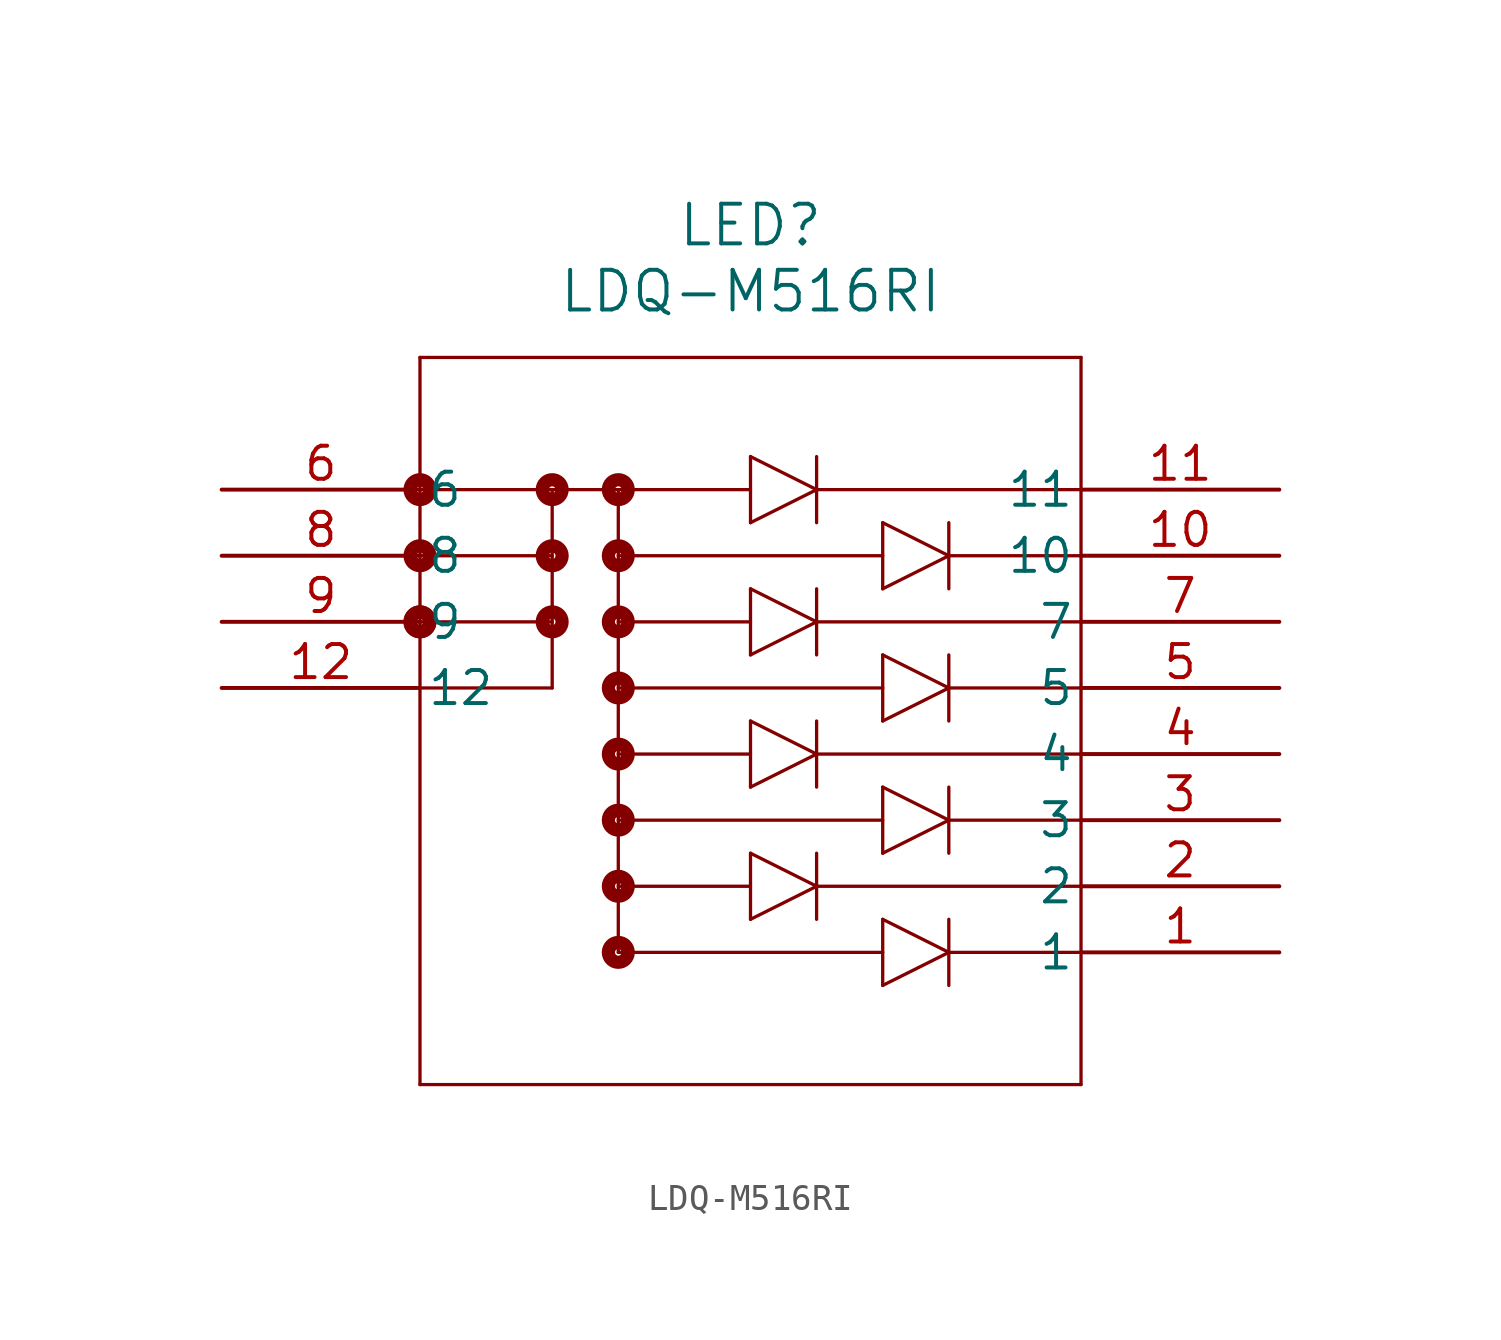
<source format=kicad_sym>
(kicad_symbol_lib
  (version 20211014)
  (generator kicad_symbol_editor)
  (symbol "LDQ-M516RI"
    (pin_names
      (offset 0.254))
    (property "Reference" "LED"
      (at 20.32 10.16 0)
      (effects (font (size 1.524 1.524))))
    (property "Value" "LDQ-M516RI"
      (at 20.32 7.62 0)
      (effects (font (size 1.524 1.524))))
    (symbol "LDQ-M516RI_0_1"
      (polyline (pts (xy 7.62 5.08) (xy 7.62 -22.86)) (stroke (width 0.127) (type default) (color 0 0 0 0)) (fill (type none)))
      (polyline (pts (xy 7.62 -22.86) (xy 33.02 -22.86)) (stroke (width 0.127) (type default) (color 0 0 0 0)) (fill (type none)))
      (polyline (pts (xy 33.02 -22.86) (xy 33.02 5.08)) (stroke (width 0.127) (type default) (color 0 0 0 0)) (fill (type none)))
      (polyline (pts (xy 33.02 5.08) (xy 7.62 5.08)) (stroke (width 0.127) (type default) (color 0 0 0 0)) (fill (type none)))
      (polyline (pts (xy 7.62 -7.62) (xy 12.7 -7.62)) (stroke (width 0.127) (type default) (color 0 0 0 0)) (fill (type none)))
      (polyline (pts (xy 12.7 -7.62) (xy 12.7 0)) (stroke (width 0.127) (type default) (color 0 0 0 0)) (fill (type none)))
      (polyline (pts (xy 12.7 0) (xy 15.24 0)) (stroke (width 0.127) (type default) (color 0 0 0 0)) (fill (type none)))
      (polyline (pts (xy 15.24 0) (xy 15.24 -17.78)) (stroke (width 0.127) (type default) (color 0 0 0 0)) (fill (type none)))
      (circle (center 7.62 0) (radius 0.127) (stroke (width 0.508) (type default) (color 0 0 0 0)) (fill (type none)))
      (polyline (pts (xy 7.62 0) (xy 12.7 0)) (stroke (width 0.127) (type default) (color 0 0 0 0)) (fill (type none)))
      (circle (center 12.7 0) (radius 0.127) (stroke (width 0.508) (type default) (color 0 0 0 0)) (fill (type none)))
      (circle (center 7.62 -2.54) (radius 0.127) (stroke (width 0.508) (type default) (color 0 0 0 0)) (fill (type none)))
      (polyline (pts (xy 7.62 -2.54) (xy 12.7 -2.54)) (stroke (width 0.127) (type default) (color 0 0 0 0)) (fill (type none)))
      (circle (center 12.7 -2.54) (radius 0.127) (stroke (width 0.508) (type default) (color 0 0 0 0)) (fill (type none)))
      (circle (center 7.62 -5.08) (radius 0.127) (stroke (width 0.508) (type default) (color 0 0 0 0)) (fill (type none)))
      (circle (center 12.7 -5.08) (radius 0.127) (stroke (width 0.508) (type default) (color 0 0 0 0)) (fill (type none)))
      (polyline (pts (xy 12.7 -5.08) (xy 7.62 -5.08)) (stroke (width 0.127) (type default) (color 0 0 0 0)) (fill (type none)))
      (circle (center 7.62 -5.08) (radius 0.127) (stroke (width 0.508) (type default) (color 0 0 0 0)) (fill (type none)))
      (polyline (pts (xy 15.24 -2.54) (xy 25.4 -2.54)) (stroke (width 0.127) (type default) (color 0 0 0 0)) (fill (type none)))
      (polyline (pts (xy 15.24 0) (xy 20.32 0)) (stroke (width 0.127) (type default) (color 0 0 0 0)) (fill (type none)))
      (polyline (pts (xy 25.4 -3.81) (xy 25.4 -1.27)) (stroke (width 0.127) (type default) (color 0 0 0 0)) (fill (type none)))
      (polyline (pts (xy 25.4 -1.27) (xy 27.94 -2.54)) (stroke (width 0.127) (type default) (color 0 0 0 0)) (fill (type none)))
      (polyline (pts (xy 27.94 -2.54) (xy 25.4 -3.81)) (stroke (width 0.127) (type default) (color 0 0 0 0)) (fill (type none)))
      (polyline (pts (xy 27.94 -3.81) (xy 27.94 -1.27)) (stroke (width 0.127) (type default) (color 0 0 0 0)) (fill (type none)))
      (polyline (pts (xy 20.32 -1.27) (xy 20.32 1.27)) (stroke (width 0.127) (type default) (color 0 0 0 0)) (fill (type none)))
      (polyline (pts (xy 20.32 1.27) (xy 22.86 0)) (stroke (width 0.127) (type default) (color 0 0 0 0)) (fill (type none)))
      (polyline (pts (xy 22.86 0) (xy 20.32 -1.27)) (stroke (width 0.127) (type default) (color 0 0 0 0)) (fill (type none)))
      (polyline (pts (xy 22.86 -1.27) (xy 22.86 1.27)) (stroke (width 0.127) (type default) (color 0 0 0 0)) (fill (type none)))
      (polyline (pts (xy 15.24 -7.62) (xy 25.4 -7.62)) (stroke (width 0.127) (type default) (color 0 0 0 0)) (fill (type none)))
      (polyline (pts (xy 27.94 -2.54) (xy 33.02 -2.54)) (stroke (width 0.127) (type default) (color 0 0 0 0)) (fill (type none)))
      (circle (center 15.24 0) (radius 0.127) (stroke (width 0.508) (type default) (color 0 0 0 0)) (fill (type none)))
      (polyline (pts (xy 15.24 -5.08) (xy 20.32 -5.08)) (stroke (width 0.127) (type default) (color 0 0 0 0)) (fill (type none)))
      (polyline (pts (xy 22.86 0) (xy 33.02 0)) (stroke (width 0.127) (type default) (color 0 0 0 0)) (fill (type none)))
      (circle (center 15.24 -2.54) (radius 0.127) (stroke (width 0.508) (type default) (color 0 0 0 0)) (fill (type none)))
      (polyline (pts (xy 25.4 -8.89) (xy 25.4 -6.35)) (stroke (width 0.127) (type default) (color 0 0 0 0)) (fill (type none)))
      (polyline (pts (xy 25.4 -6.35) (xy 27.94 -7.62)) (stroke (width 0.127) (type default) (color 0 0 0 0)) (fill (type none)))
      (polyline (pts (xy 27.94 -7.62) (xy 25.4 -8.89)) (stroke (width 0.127) (type default) (color 0 0 0 0)) (fill (type none)))
      (polyline (pts (xy 27.94 -8.89) (xy 27.94 -6.35)) (stroke (width 0.127) (type default) (color 0 0 0 0)) (fill (type none)))
      (polyline (pts (xy 20.32 -6.35) (xy 20.32 -3.81)) (stroke (width 0.127) (type default) (color 0 0 0 0)) (fill (type none)))
      (polyline (pts (xy 20.32 -3.81) (xy 22.86 -5.08)) (stroke (width 0.127) (type default) (color 0 0 0 0)) (fill (type none)))
      (polyline (pts (xy 22.86 -5.08) (xy 20.32 -6.35)) (stroke (width 0.127) (type default) (color 0 0 0 0)) (fill (type none)))
      (polyline (pts (xy 22.86 -6.35) (xy 22.86 -3.81)) (stroke (width 0.127) (type default) (color 0 0 0 0)) (fill (type none)))
      (polyline (pts (xy 27.94 -7.62) (xy 33.02 -7.62)) (stroke (width 0.127) (type default) (color 0 0 0 0)) (fill (type none)))
      (polyline (pts (xy 22.86 -5.08) (xy 33.02 -5.08)) (stroke (width 0.127) (type default) (color 0 0 0 0)) (fill (type none)))
      (circle (center 15.24 -5.08) (radius 0.127) (stroke (width 0.508) (type default) (color 0 0 0 0)) (fill (type none)))
      (circle (center 15.24 -7.62) (radius 0.127) (stroke (width 0.508) (type default) (color 0 0 0 0)) (fill (type none)))
      (polyline (pts (xy 15.24 -12.7) (xy 25.4 -12.7)) (stroke (width 0.127) (type default) (color 0 0 0 0)) (fill (type none)))
      (polyline (pts (xy 15.24 -10.16) (xy 20.32 -10.16)) (stroke (width 0.127) (type default) (color 0 0 0 0)) (fill (type none)))
      (polyline (pts (xy 25.4 -13.97) (xy 25.4 -11.43)) (stroke (width 0.127) (type default) (color 0 0 0 0)) (fill (type none)))
      (polyline (pts (xy 25.4 -11.43) (xy 27.94 -12.7)) (stroke (width 0.127) (type default) (color 0 0 0 0)) (fill (type none)))
      (polyline (pts (xy 27.94 -12.7) (xy 25.4 -13.97)) (stroke (width 0.127) (type default) (color 0 0 0 0)) (fill (type none)))
      (polyline (pts (xy 27.94 -13.97) (xy 27.94 -11.43)) (stroke (width 0.127) (type default) (color 0 0 0 0)) (fill (type none)))
      (polyline (pts (xy 20.32 -11.43) (xy 20.32 -8.89)) (stroke (width 0.127) (type default) (color 0 0 0 0)) (fill (type none)))
      (polyline (pts (xy 20.32 -8.89) (xy 22.86 -10.16)) (stroke (width 0.127) (type default) (color 0 0 0 0)) (fill (type none)))
      (polyline (pts (xy 22.86 -10.16) (xy 20.32 -11.43)) (stroke (width 0.127) (type default) (color 0 0 0 0)) (fill (type none)))
      (polyline (pts (xy 22.86 -11.43) (xy 22.86 -8.89)) (stroke (width 0.127) (type default) (color 0 0 0 0)) (fill (type none)))
      (polyline (pts (xy 27.94 -12.7) (xy 33.02 -12.7)) (stroke (width 0.127) (type default) (color 0 0 0 0)) (fill (type none)))
      (polyline (pts (xy 22.86 -10.16) (xy 33.02 -10.16)) (stroke (width 0.127) (type default) (color 0 0 0 0)) (fill (type none)))
      (circle (center 15.24 -10.16) (radius 0.127) (stroke (width 0.508) (type default) (color 0 0 0 0)) (fill (type none)))
      (circle (center 15.24 -12.7) (radius 0.127) (stroke (width 0.508) (type default) (color 0 0 0 0)) (fill (type none)))
      (polyline (pts (xy 15.24 -17.78) (xy 25.4 -17.78)) (stroke (width 0.127) (type default) (color 0 0 0 0)) (fill (type none)))
      (polyline (pts (xy 15.24 -15.24) (xy 20.32 -15.24)) (stroke (width 0.127) (type default) (color 0 0 0 0)) (fill (type none)))
      (polyline (pts (xy 25.4 -19.05) (xy 25.4 -16.51)) (stroke (width 0.127) (type default) (color 0 0 0 0)) (fill (type none)))
      (polyline (pts (xy 25.4 -16.51) (xy 27.94 -17.78)) (stroke (width 0.127) (type default) (color 0 0 0 0)) (fill (type none)))
      (polyline (pts (xy 27.94 -17.78) (xy 25.4 -19.05)) (stroke (width 0.127) (type default) (color 0 0 0 0)) (fill (type none)))
      (polyline (pts (xy 27.94 -19.05) (xy 27.94 -16.51)) (stroke (width 0.127) (type default) (color 0 0 0 0)) (fill (type none)))
      (polyline (pts (xy 20.32 -16.51) (xy 20.32 -13.97)) (stroke (width 0.127) (type default) (color 0 0 0 0)) (fill (type none)))
      (polyline (pts (xy 20.32 -13.97) (xy 22.86 -15.24)) (stroke (width 0.127) (type default) (color 0 0 0 0)) (fill (type none)))
      (polyline (pts (xy 22.86 -15.24) (xy 20.32 -16.51)) (stroke (width 0.127) (type default) (color 0 0 0 0)) (fill (type none)))
      (polyline (pts (xy 22.86 -16.51) (xy 22.86 -13.97)) (stroke (width 0.127) (type default) (color 0 0 0 0)) (fill (type none)))
      (polyline (pts (xy 27.94 -17.78) (xy 33.02 -17.78)) (stroke (width 0.127) (type default) (color 0 0 0 0)) (fill (type none)))
      (polyline (pts (xy 22.86 -15.24) (xy 33.02 -15.24)) (stroke (width 0.127) (type default) (color 0 0 0 0)) (fill (type none)))
      (circle (center 15.24 -15.24) (radius 0.127) (stroke (width 0.508) (type default) (color 0 0 0 0)) (fill (type none)))
      (circle (center 15.24 -17.78) (radius 0.127) (stroke (width 0.508) (type default) (color 0 0 0 0)) (fill (type none)))
      (pin unspecified line (at 40.64 -17.78 180) (length 7.62) (name "1" (effects (font (size 1.27 1.27)))) (number "1" (effects (font (size 1.27 1.27)))))
      (pin unspecified line (at 40.64 -15.24 180) (length 7.62) (name "2" (effects (font (size 1.27 1.27)))) (number "2" (effects (font (size 1.27 1.27)))))
      (pin unspecified line (at 40.64 -12.7 180) (length 7.62) (name "3" (effects (font (size 1.27 1.27)))) (number "3" (effects (font (size 1.27 1.27)))))
      (pin unspecified line (at 40.64 -10.16 180) (length 7.62) (name "4" (effects (font (size 1.27 1.27)))) (number "4" (effects (font (size 1.27 1.27)))))
      (pin unspecified line (at 40.64 -7.62 180) (length 7.62) (name "5" (effects (font (size 1.27 1.27)))) (number "5" (effects (font (size 1.27 1.27)))))
      (pin unspecified line (at 0 0 0) (length 7.62) (name "6" (effects (font (size 1.27 1.27)))) (number "6" (effects (font (size 1.27 1.27)))))
      (pin unspecified line (at 40.64 -5.08 180) (length 7.62) (name "7" (effects (font (size 1.27 1.27)))) (number "7" (effects (font (size 1.27 1.27)))))
      (pin unspecified line (at 0 -2.54 0) (length 7.62) (name "8" (effects (font (size 1.27 1.27)))) (number "8" (effects (font (size 1.27 1.27)))))
      (pin unspecified line (at 0 -5.08 0) (length 7.62) (name "9" (effects (font (size 1.27 1.27)))) (number "9" (effects (font (size 1.27 1.27)))))
      (pin unspecified line (at 40.64 -2.54 180) (length 7.62) (name "10" (effects (font (size 1.27 1.27)))) (number "10" (effects (font (size 1.27 1.27)))))
      (pin unspecified line (at 40.64 0 180) (length 7.62) (name "11" (effects (font (size 1.27 1.27)))) (number "11" (effects (font (size 1.27 1.27)))))
      (pin unspecified line (at 0 -7.62 0) (length 7.62) (name "12" (effects (font (size 1.27 1.27)))) (number "12" (effects (font (size 1.27 1.27))))))))
</source>
